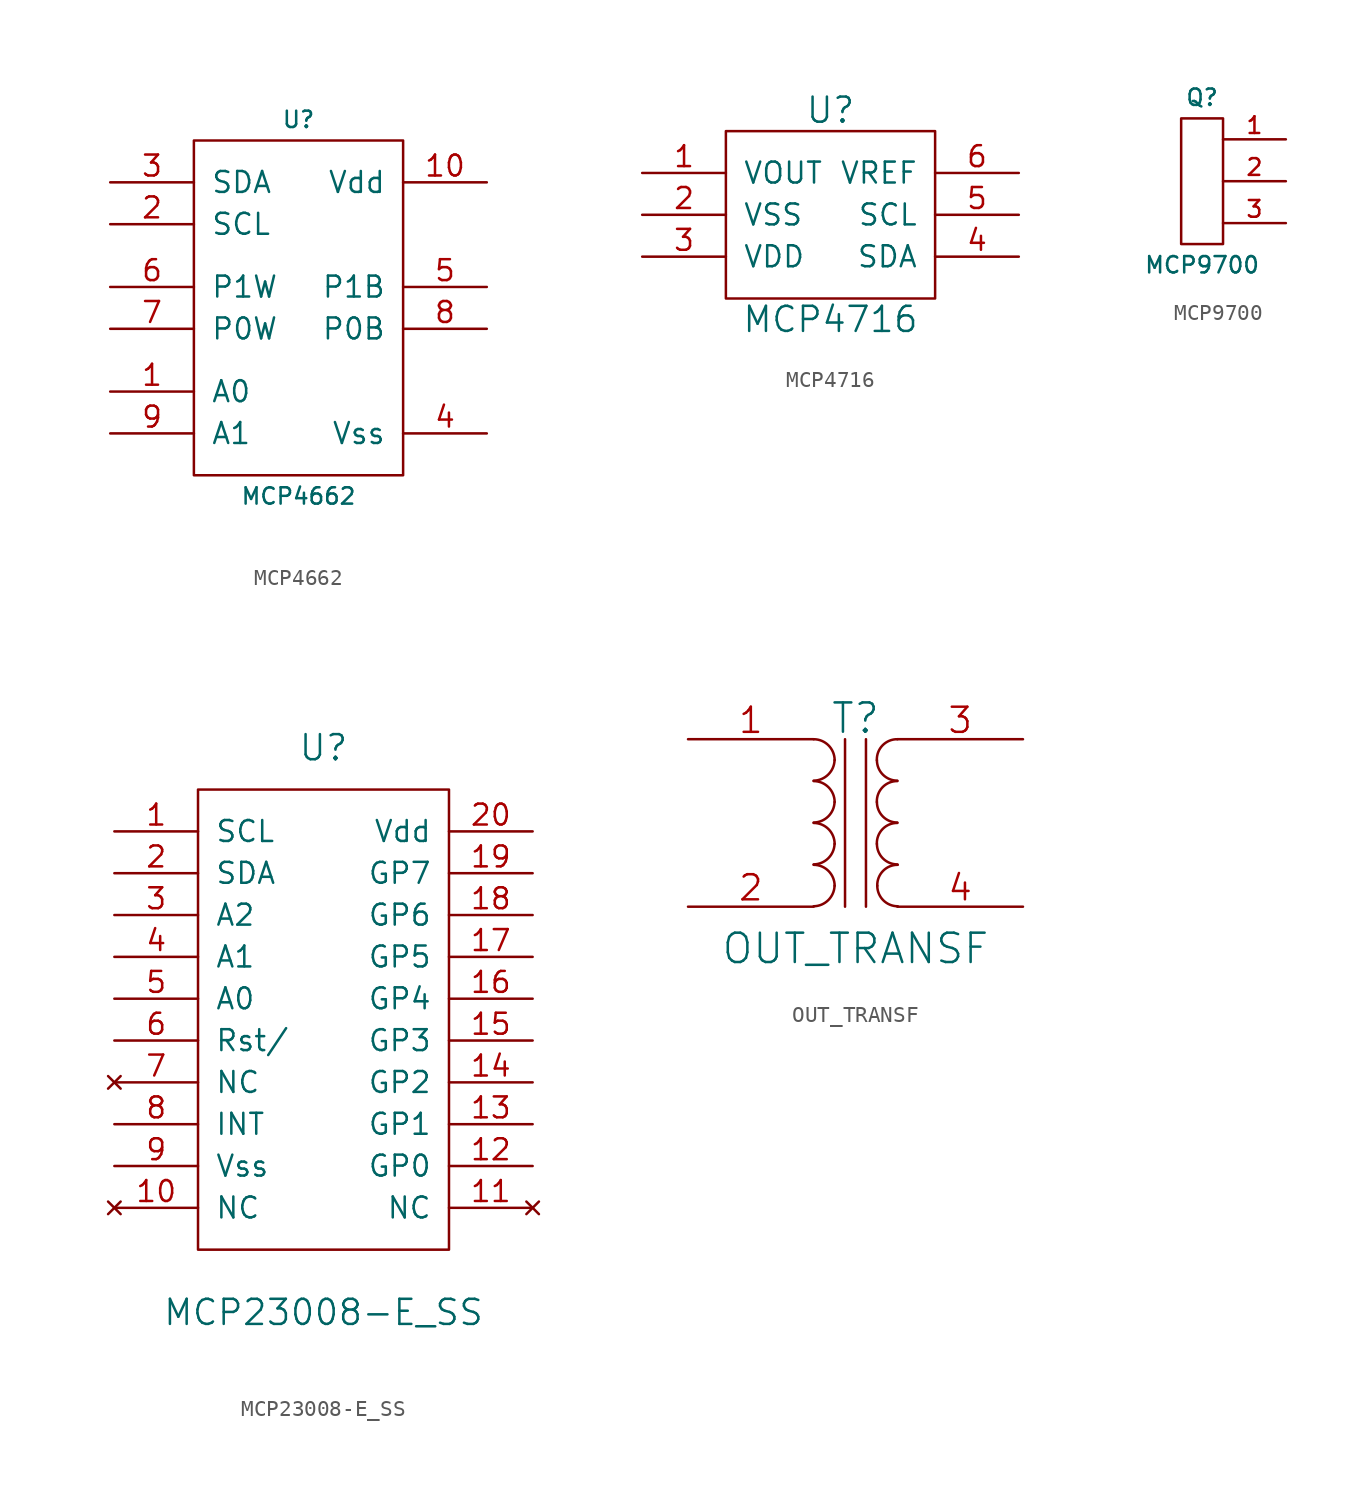
<source format=kicad_sym>
(kicad_symbol_lib
  (version 20220914)
  (generator kicad_symbol_editor)
  (symbol "MCP4662"
    (pin_names
      (offset 1.016))
    (property "Reference" "U"
      (at 6.35 24.13 0)
      (effects (font (size 0.991 0.991))))
    (property "Value" "MCP4662"
      (at 6.35 1.27 0)
      (effects (font (size 0.991 0.991))))
    (property "Footprint" ""
      (at 0 0 0)
      (effects (font (size 0.991 0.991))))
    (property "Datasheet" ""
      (at 0 0 0)
      (effects (font (size 0.991 0.991))))
    (symbol "MCP4662_0_1"
      (rectangle (start 12.7 2.54) (end 0 22.86) (stroke (width 0) (type solid)) (fill (type none))))
    (symbol "MCP4662_1_1"
      (pin input line (at -5.08 7.62 0) (length 5.08) (name "A0" (effects (font (size 1.27 1.27)))) (number "1" (effects (font (size 1.27 1.27)))))
      (pin power_in line (at 17.78 20.32 180) (length 5.08) (name "Vdd" (effects (font (size 1.27 1.27)))) (number "10" (effects (font (size 1.27 1.27)))))
      (pin input line (at -5.08 17.78 0) (length 5.08) (name "SCL" (effects (font (size 1.27 1.27)))) (number "2" (effects (font (size 1.27 1.27)))))
      (pin bidirectional line (at -5.08 20.32 0) (length 5.08) (name "SDA" (effects (font (size 1.27 1.27)))) (number "3" (effects (font (size 1.27 1.27)))))
      (pin power_in line (at 17.78 5.08 180) (length 5.08) (name "Vss" (effects (font (size 1.27 1.27)))) (number "4" (effects (font (size 1.27 1.27)))))
      (pin input line (at 17.78 13.97 180) (length 5.08) (name "P1B" (effects (font (size 1.27 1.27)))) (number "5" (effects (font (size 1.27 1.27)))))
      (pin input line (at -5.08 13.97 0) (length 5.08) (name "P1W" (effects (font (size 1.27 1.27)))) (number "6" (effects (font (size 1.27 1.27)))))
      (pin output line (at -5.08 11.43 0) (length 5.08) (name "P0W" (effects (font (size 1.27 1.27)))) (number "7" (effects (font (size 1.27 1.27)))))
      (pin input line (at 17.78 11.43 180) (length 5.08) (name "P0B" (effects (font (size 1.27 1.27)))) (number "8" (effects (font (size 1.27 1.27)))))
      (pin input line (at -5.08 5.08 0) (length 5.08) (name "A1" (effects (font (size 1.27 1.27)))) (number "9" (effects (font (size 1.27 1.27)))))))
  (symbol "MCP4716"
    (pin_names
      (offset 1.016))
    (property "Reference" "U"
      (at 0 6.35 0)
      (effects (font (size 1.524 1.524))))
    (property "Value" "MCP4716"
      (at 0 -6.35 0)
      (effects (font (size 1.524 1.524))))
    (property "Footprint" ""
      (at 0 0 0)
      (effects (font (size 1.524 1.524))))
    (property "Datasheet" ""
      (at 0 0 0)
      (effects (font (size 1.524 1.524))))
    (symbol "MCP4716_0_1"
      (rectangle (start -6.35 5.08) (end 6.35 -5.08) (stroke (width 0) (type solid)) (fill (type none))))
    (symbol "MCP4716_1_1"
      (pin output line (at -11.43 2.54 0) (length 5.08) (name "VOUT" (effects (font (size 1.27 1.27)))) (number "1" (effects (font (size 1.27 1.27)))))
      (pin power_in line (at -11.43 0 0) (length 5.08) (name "VSS" (effects (font (size 1.27 1.27)))) (number "2" (effects (font (size 1.27 1.27)))))
      (pin power_in line (at -11.43 -2.54 0) (length 5.08) (name "VDD" (effects (font (size 1.27 1.27)))) (number "3" (effects (font (size 1.27 1.27)))))
      (pin bidirectional line (at 11.43 -2.54 180) (length 5.08) (name "SDA" (effects (font (size 1.27 1.27)))) (number "4" (effects (font (size 1.27 1.27)))))
      (pin input line (at 11.43 0 180) (length 5.08) (name "SCL" (effects (font (size 1.27 1.27)))) (number "5" (effects (font (size 1.27 1.27)))))
      (pin input line (at 11.43 2.54 180) (length 5.08) (name "VREF" (effects (font (size 1.27 1.27)))) (number "6" (effects (font (size 1.27 1.27)))))))
  (symbol "MCP9700"
    (pin_names
      (offset 1.016))
    (property "Reference" "Q"
      (at -1.27 8.89 0)
      (effects (font (size 0.991 0.991))))
    (property "Value" "MCP9700"
      (at -1.27 -1.27 0)
      (effects (font (size 0.991 0.991))))
    (symbol "MCP9700_0_1"
      (rectangle (start -2.54 7.62) (end 0 0) (stroke (width 0) (type solid)) (fill (type none))))
    (symbol "MCP9700_1_1"
      (pin passive line (at 3.81 6.35 180) (length 3.81) (name "~" (effects (font (size 1.016 1.016)))) (number "1" (effects (font (size 1.016 1.016)))))
      (pin passive line (at 3.81 3.81 180) (length 3.81) (name "~" (effects (font (size 1.016 1.016)))) (number "2" (effects (font (size 1.016 1.016)))))
      (pin passive line (at 3.81 1.27 180) (length 3.81) (name "~" (effects (font (size 1.016 1.016)))) (number "3" (effects (font (size 1.016 1.016)))))))
  (symbol "MCP23008-E_SS"
    (pin_names
      (offset 1.016))
    (property "Reference" "U"
      (at 0 15.24 0)
      (effects (font (size 1.524 1.524))))
    (property "Value" "MCP23008-E_SS"
      (at 0 -19.05 0)
      (effects (font (size 1.524 1.524))))
    (property "Footprint" ""
      (at 0 0 0)
      (effects (font (size 1.524 1.524))))
    (property "Datasheet" ""
      (at 0 0 0)
      (effects (font (size 1.524 1.524))))
    (symbol "MCP23008-E_SS_0_1"
      (rectangle (start -7.62 12.7) (end 7.62 -15.24) (stroke (width 0) (type solid)) (fill (type none))))
    (symbol "MCP23008-E_SS_1_1"
      (pin input line (at -12.7 10.16 0) (length 5.08) (name "SCL" (effects (font (size 1.27 1.27)))) (number "1" (effects (font (size 1.27 1.27)))))
      (pin no_connect line (at -12.7 -12.7 0) (length 5.08) (name "NC" (effects (font (size 1.27 1.27)))) (number "10" (effects (font (size 1.27 1.27)))))
      (pin no_connect line (at 12.7 -12.7 180) (length 5.08) (name "NC" (effects (font (size 1.27 1.27)))) (number "11" (effects (font (size 1.27 1.27)))))
      (pin output line (at 12.7 -10.16 180) (length 5.08) (name "GP0" (effects (font (size 1.27 1.27)))) (number "12" (effects (font (size 1.27 1.27)))))
      (pin output line (at 12.7 -7.62 180) (length 5.08) (name "GP1" (effects (font (size 1.27 1.27)))) (number "13" (effects (font (size 1.27 1.27)))))
      (pin output line (at 12.7 -5.08 180) (length 5.08) (name "GP2" (effects (font (size 1.27 1.27)))) (number "14" (effects (font (size 1.27 1.27)))))
      (pin output line (at 12.7 -2.54 180) (length 5.08) (name "GP3" (effects (font (size 1.27 1.27)))) (number "15" (effects (font (size 1.27 1.27)))))
      (pin output line (at 12.7 0 180) (length 5.08) (name "GP4" (effects (font (size 1.27 1.27)))) (number "16" (effects (font (size 1.27 1.27)))))
      (pin output line (at 12.7 2.54 180) (length 5.08) (name "GP5" (effects (font (size 1.27 1.27)))) (number "17" (effects (font (size 1.27 1.27)))))
      (pin output line (at 12.7 5.08 180) (length 5.08) (name "GP6" (effects (font (size 1.27 1.27)))) (number "18" (effects (font (size 1.27 1.27)))))
      (pin output line (at 12.7 7.62 180) (length 5.08) (name "GP7" (effects (font (size 1.27 1.27)))) (number "19" (effects (font (size 1.27 1.27)))))
      (pin bidirectional line (at -12.7 7.62 0) (length 5.08) (name "SDA" (effects (font (size 1.27 1.27)))) (number "2" (effects (font (size 1.27 1.27)))))
      (pin power_in line (at 12.7 10.16 180) (length 5.08) (name "Vdd" (effects (font (size 1.27 1.27)))) (number "20" (effects (font (size 1.27 1.27)))))
      (pin input line (at -12.7 5.08 0) (length 5.08) (name "A2" (effects (font (size 1.27 1.27)))) (number "3" (effects (font (size 1.27 1.27)))))
      (pin input line (at -12.7 2.54 0) (length 5.08) (name "A1" (effects (font (size 1.27 1.27)))) (number "4" (effects (font (size 1.27 1.27)))))
      (pin input line (at -12.7 0 0) (length 5.08) (name "A0" (effects (font (size 1.27 1.27)))) (number "5" (effects (font (size 1.27 1.27)))))
      (pin input line (at -12.7 -2.54 0) (length 5.08) (name "Rst/" (effects (font (size 1.27 1.27)))) (number "6" (effects (font (size 1.27 1.27)))))
      (pin no_connect line (at -12.7 -5.08 0) (length 5.08) (name "NC" (effects (font (size 1.27 1.27)))) (number "7" (effects (font (size 1.27 1.27)))))
      (pin output line (at -12.7 -7.62 0) (length 5.08) (name "INT" (effects (font (size 1.27 1.27)))) (number "8" (effects (font (size 1.27 1.27)))))
      (pin passive line (at -12.7 -10.16 0) (length 5.08) (name "Vss" (effects (font (size 1.27 1.27)))) (number "9" (effects (font (size 1.27 1.27)))))))
  (symbol "OUT_TRANSF"
    (pin_names
      (offset 1.016) hide)
    (property "Reference" "T"
      (at 0 6.35 0)
      (effects (font (size 1.778 1.778))))
    (property "Value" "OUT_TRANSF"
      (at 0 -7.62 0)
      (effects (font (size 1.778 1.778))))
    (property "Footprint" ""
      (at 0 0 0)
      (effects (font (size 1.524 1.524))))
    (property "Datasheet" ""
      (at 0 0 0)
      (effects (font (size 1.524 1.524))))
    (symbol "OUT_TRANSF_0_1"
      (arc (start -2.54 -5.0546) (mid -1.6599 -4.6901) (end -1.27 -3.81) (stroke (width 0) (type solid)) (fill (type none)))
      (arc (start -2.54 -2.5146) (mid -1.6599 -2.1501) (end -1.27 -1.27) (stroke (width 0) (type solid)) (fill (type none)))
      (arc (start -2.54 0.0254) (mid -1.6599 0.3899) (end -1.27 1.27) (stroke (width 0) (type solid)) (fill (type none)))
      (arc (start -2.54 2.5654) (mid -1.6599 2.9299) (end -1.27 3.81) (stroke (width 0) (type solid)) (fill (type none)))
      (arc (start -1.27 -3.81) (mid -1.642 -2.912) (end -2.54 -2.54) (stroke (width 0) (type solid)) (fill (type none)))
      (arc (start -1.27 -1.27) (mid -1.642 -0.372) (end -2.54 0) (stroke (width 0) (type solid)) (fill (type none)))
      (arc (start -1.27 1.27) (mid -1.642 2.168) (end -2.54 2.54) (stroke (width 0) (type solid)) (fill (type none)))
      (arc (start -1.27 3.81) (mid -1.642 4.708) (end -2.54 5.08) (stroke (width 0) (type solid)) (fill (type none)))
      (polyline (pts (xy -0.635 5.08) (xy -0.635 -5.08)) (stroke (width 0) (type solid)) (fill (type none)))
      (polyline (pts (xy 0.635 -5.08) (xy 0.635 5.08)) (stroke (width 0) (type solid)) (fill (type none)))
      (arc (start 1.2954 -1.27) (mid 1.6599 -2.1501) (end 2.54 -2.5146) (stroke (width 0) (type solid)) (fill (type none)))
      (arc (start 1.2954 1.27) (mid 1.6599 0.3899) (end 2.54 0.0254) (stroke (width 0) (type solid)) (fill (type none)))
      (arc (start 1.2954 3.81) (mid 1.6599 2.9299) (end 2.54 2.5654) (stroke (width 0) (type solid)) (fill (type none)))
      (arc (start 1.3208 -3.81) (mid 1.6853 -4.6901) (end 2.5654 -5.0546) (stroke (width 0) (type solid)) (fill (type none)))
      (arc (start 2.54 0) (mid 1.642 -0.372) (end 1.2954 -1.27) (stroke (width 0) (type solid)) (fill (type none)))
      (arc (start 2.54 2.54) (mid 1.642 2.168) (end 1.2954 1.27) (stroke (width 0) (type solid)) (fill (type none)))
      (arc (start 2.54 5.08) (mid 1.642 4.708) (end 1.2954 3.81) (stroke (width 0) (type solid)) (fill (type none)))
      (arc (start 2.5654 -2.54) (mid 1.6674 -2.912) (end 1.3208 -3.81) (stroke (width 0) (type solid)) (fill (type none))))
    (symbol "OUT_TRANSF_1_1"
      (pin passive line (at -10.16 5.08 0) (length 7.62) (name "AA" (effects (font (size 1.524 1.524)))) (number "1" (effects (font (size 1.524 1.524)))))
      (pin passive line (at -10.16 -5.08 0) (length 7.62) (name "AB" (effects (font (size 1.524 1.524)))) (number "2" (effects (font (size 1.524 1.524)))))
      (pin passive line (at 10.16 5.08 180) (length 7.62) (name "SB" (effects (font (size 1.524 1.524)))) (number "3" (effects (font (size 1.524 1.524)))))
      (pin passive line (at 10.16 -5.08 180) (length 7.62) (name "SA" (effects (font (size 1.524 1.524)))) (number "4" (effects (font (size 1.524 1.524))))))))
</source>
